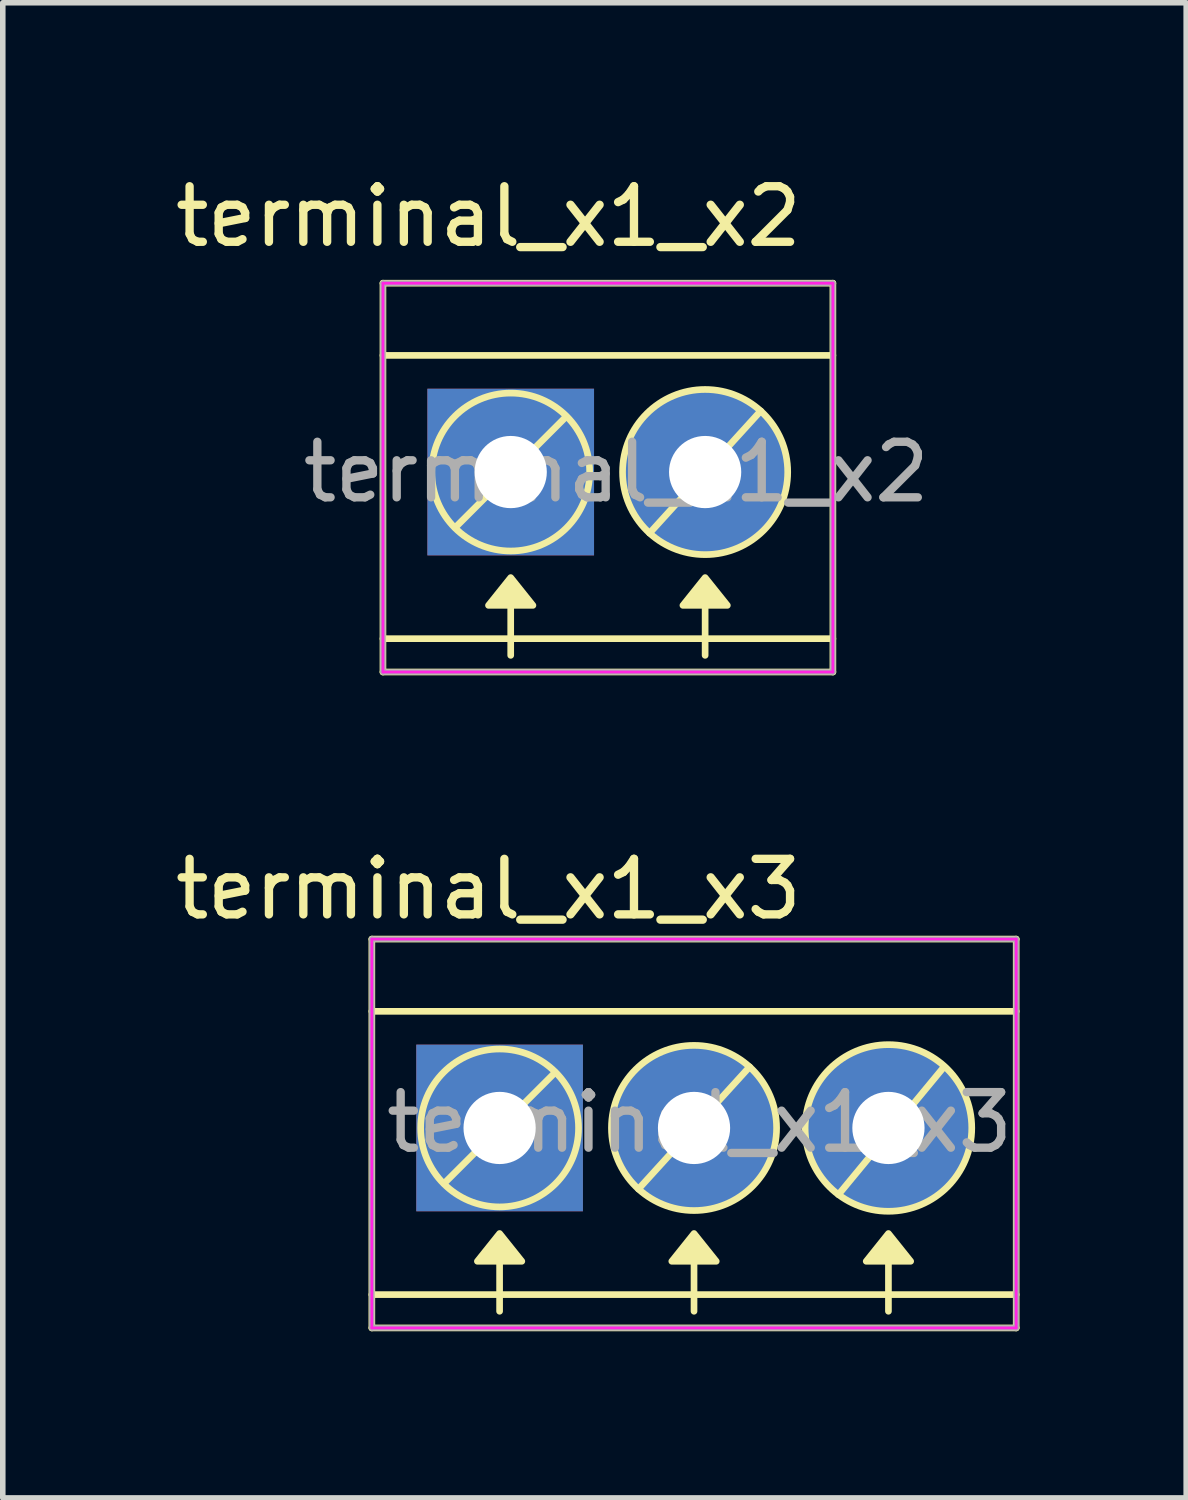
<source format=kicad_pcb>
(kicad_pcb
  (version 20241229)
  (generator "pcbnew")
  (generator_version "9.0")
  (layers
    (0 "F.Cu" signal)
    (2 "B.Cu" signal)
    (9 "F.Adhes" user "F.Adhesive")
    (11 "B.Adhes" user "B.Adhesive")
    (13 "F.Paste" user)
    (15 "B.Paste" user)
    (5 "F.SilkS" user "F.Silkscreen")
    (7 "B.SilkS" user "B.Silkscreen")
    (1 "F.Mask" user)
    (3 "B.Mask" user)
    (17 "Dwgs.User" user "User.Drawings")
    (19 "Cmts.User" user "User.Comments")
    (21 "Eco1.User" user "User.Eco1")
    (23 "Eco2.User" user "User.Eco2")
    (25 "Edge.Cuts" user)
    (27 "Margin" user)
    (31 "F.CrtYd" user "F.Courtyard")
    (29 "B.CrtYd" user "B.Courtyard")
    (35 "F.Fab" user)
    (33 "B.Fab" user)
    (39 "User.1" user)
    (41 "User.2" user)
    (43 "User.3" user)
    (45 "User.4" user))
  (footprint "terminal_x1_x2"
    (layer "F.Cu")
    (at 6.144 5.448)
    (property "Reference" "terminal_x1_x2" (at -0.4 -4.6 0) (unlocked yes) (layer "F.SilkS") (effects (font (size 1 1) (thickness 0.15))))
    (attr through_hole)
    (fp_line (start -2.3 -3.4) (end -2.3 3.6) (stroke (width 0.12) (type solid)) (layer "F.SilkS"))
    (fp_line (start -2.3 -3.4) (end 5.8 -3.4) (stroke (width 0.12) (type solid)) (layer "F.SilkS"))
    (fp_line (start -2.3 -2.1) (end 5.8 -2.1) (stroke (width 0.12) (type solid)) (layer "F.SilkS"))
    (fp_line (start -2.3 3) (end 5.8 3) (stroke (width 0.12) (type solid)) (layer "F.SilkS"))
    (fp_line (start -1 1) (end 1 -1) (stroke (width 0.12) (type solid)) (layer "F.SilkS"))
    (fp_line (start 0 3.3) (end 0 2.3) (stroke (width 0.12) (type solid)) (layer "F.SilkS"))
    (fp_line (start 2.5 1.1) (end 4.5 -1.1) (stroke (width 0.12) (type solid)) (layer "F.SilkS"))
    (fp_line (start 3.5 3.3) (end 3.5 2.3) (stroke (width 0.12) (type solid)) (layer "F.SilkS"))
    (fp_line (start 5.8 -3.4) (end 5.8 3.6) (stroke (width 0.12) (type solid)) (layer "F.SilkS"))
    (fp_line (start 5.8 3.6) (end -2.3 3.6) (stroke (width 0.12) (type solid)) (layer "F.SilkS"))
    (fp_circle (center 0 0) (end 0.9 -1.1) (stroke (width 0.12) (type solid)) (fill no) (layer "F.SilkS"))
    (fp_circle (center 3.5 0) (end 4.5 -1.1) (stroke (width 0.12) (type solid)) (fill no) (layer "F.SilkS"))
    (fp_poly (pts (xy 0.4 2.4) (xy -0.4 2.4) (xy 0 1.9)) (stroke (width 0.12) (type solid)) (fill yes) (layer "F.SilkS"))
    (fp_poly (pts (xy 3.9 2.4) (xy 3.1 2.4) (xy 3.5 1.9)) (stroke (width 0.12) (type solid)) (fill yes) (layer "F.SilkS"))
    (fp_line (start -2.3 -3.4) (end -2.3 3.6) (stroke (width 0.05) (type solid)) (layer "F.CrtYd"))
    (fp_line (start -2.3 3.6) (end 5.8 3.6) (stroke (width 0.05) (type solid)) (layer "F.CrtYd"))
    (fp_line (start 5.8 -3.4) (end -2.3 -3.4) (stroke (width 0.05) (type solid)) (layer "F.CrtYd"))
    (fp_line (start 5.8 3.6) (end 5.8 -3.4) (stroke (width 0.05) (type solid)) (layer "F.CrtYd"))
    (fp_line (start -2.3 -3.4) (end 5.8 -3.4) (stroke (width 0.1) (type solid)) (layer "F.Fab"))
    (fp_line (start -2.3 3.6) (end -2.3 -3.4) (stroke (width 0.1) (type solid)) (layer "F.Fab"))
    (fp_line (start 5.8 -3.4) (end 5.8 3.6) (stroke (width 0.1) (type solid)) (layer "F.Fab"))
    (fp_line (start 5.8 3.6) (end -2.3 3.6) (stroke (width 0.1) (type solid)) (layer "F.Fab"))
    (fp_text user "${REFERENCE}" (at 1.9 0 0) (unlocked yes) (layer "F.Fab") (effects (font (size 1 1) (thickness 0.15))))
    (pad "1" thru_hole rect (at 0 0) (size 3 3) (drill 1.3) (layers "*.Cu" "*.Mask"))
    (pad "2" thru_hole circle (at 3.5 0) (size 3 3) (drill 1.3) (layers "*.Cu" "*.Mask")))
  (footprint "terminal_x1_x3"
    (layer "F.Cu")
    (at 5.944 17.256)
    (property "Reference" "terminal_x1_x3" (at -0.2 -4.3 0) (unlocked yes) (layer "F.SilkS") (effects (font (size 1 1) (thickness 0.15))))
    (attr through_hole)
    (fp_line (start -2.3 -3.4) (end -2.3 3.6) (stroke (width 0.12) (type solid)) (layer "F.SilkS"))
    (fp_line (start -2.3 -3.4) (end 9.3 -3.4) (stroke (width 0.12) (type solid)) (layer "F.SilkS"))
    (fp_line (start -2.3 -2.1) (end 9.3 -2.1) (stroke (width 0.12) (type solid)) (layer "F.SilkS"))
    (fp_line (start -2.3 3) (end 9.3 3) (stroke (width 0.12) (type solid)) (layer "F.SilkS"))
    (fp_line (start -1 1) (end 1 -1) (stroke (width 0.12) (type solid)) (layer "F.SilkS"))
    (fp_line (start 0 3.3) (end 0 2.3) (stroke (width 0.12) (type solid)) (layer "F.SilkS"))
    (fp_line (start 2.5 1.1) (end 4.5 -1.1) (stroke (width 0.12) (type solid)) (layer "F.SilkS"))
    (fp_line (start 3.5 3.3) (end 3.5 2.3) (stroke (width 0.12) (type solid)) (layer "F.SilkS"))
    (fp_line (start 6.1 1.2) (end 8 -1.1) (stroke (width 0.12) (type solid)) (layer "F.SilkS"))
    (fp_line (start 7 3.3) (end 7 2.3) (stroke (width 0.12) (type solid)) (layer "F.SilkS"))
    (fp_line (start 9.3 -3.4) (end 9.3 3.6) (stroke (width 0.12) (type solid)) (layer "F.SilkS"))
    (fp_line (start 9.3 3.6) (end -2.3 3.6) (stroke (width 0.12) (type solid)) (layer "F.SilkS"))
    (fp_circle (center 0 0) (end 0.9 -1.1) (stroke (width 0.12) (type solid)) (fill no) (layer "F.SilkS"))
    (fp_circle (center 3.5 0) (end 4.5 -1.1) (stroke (width 0.12) (type solid)) (fill no) (layer "F.SilkS"))
    (fp_circle (center 7 0) (end 8.2 -0.9) (stroke (width 0.12) (type solid)) (fill no) (layer "F.SilkS"))
    (fp_poly (pts (xy 0.4 2.4) (xy -0.4 2.4) (xy 0 1.9)) (stroke (width 0.12) (type solid)) (fill yes) (layer "F.SilkS"))
    (fp_poly (pts (xy 3.9 2.4) (xy 3.1 2.4) (xy 3.5 1.9)) (stroke (width 0.12) (type solid)) (fill yes) (layer "F.SilkS"))
    (fp_poly (pts (xy 7.4 2.4) (xy 6.6 2.4) (xy 7 1.9)) (stroke (width 0.12) (type solid)) (fill yes) (layer "F.SilkS"))
    (fp_line (start -2.3 -3.4) (end -2.3 3.6) (stroke (width 0.05) (type solid)) (layer "F.CrtYd"))
    (fp_line (start -2.3 3.6) (end 9.3 3.6) (stroke (width 0.05) (type solid)) (layer "F.CrtYd"))
    (fp_line (start 9.3 -3.4) (end -2.3 -3.4) (stroke (width 0.05) (type solid)) (layer "F.CrtYd"))
    (fp_line (start 9.3 3.6) (end 9.3 -3.4) (stroke (width 0.05) (type solid)) (layer "F.CrtYd"))
    (fp_line (start -2.3 -3.4) (end 9.3 -3.4) (stroke (width 0.1) (type solid)) (layer "F.Fab"))
    (fp_line (start -2.3 3.6) (end -2.3 -3.4) (stroke (width 0.1) (type solid)) (layer "F.Fab"))
    (fp_line (start 9.3 -3.4) (end 9.3 3.6) (stroke (width 0.1) (type solid)) (layer "F.Fab"))
    (fp_line (start 9.3 3.6) (end -2.3 3.6) (stroke (width 0.1) (type solid)) (layer "F.Fab"))
    (fp_text user "${REFERENCE}" (at 3.6 -0.1 0) (unlocked yes) (layer "F.Fab") (effects (font (size 1 1) (thickness 0.15))))
    (pad "1" thru_hole rect (at 0 0) (size 3 3) (drill 1.3) (layers "*.Cu" "*.Mask"))
    (pad "2" thru_hole circle (at 3.5 0) (size 3 3) (drill 1.3) (layers "*.Cu" "*.Mask"))
    (pad "3" thru_hole circle (at 7 0) (size 3 3) (drill 1.3) (layers "*.Cu" "*.Mask")))
  (gr_rect
    (start -3 -3)
    (end 18.304 23.916)
    (stroke (width 0.1) (type default))
    (fill no)
    (layer "Edge.Cuts")))
</source>
